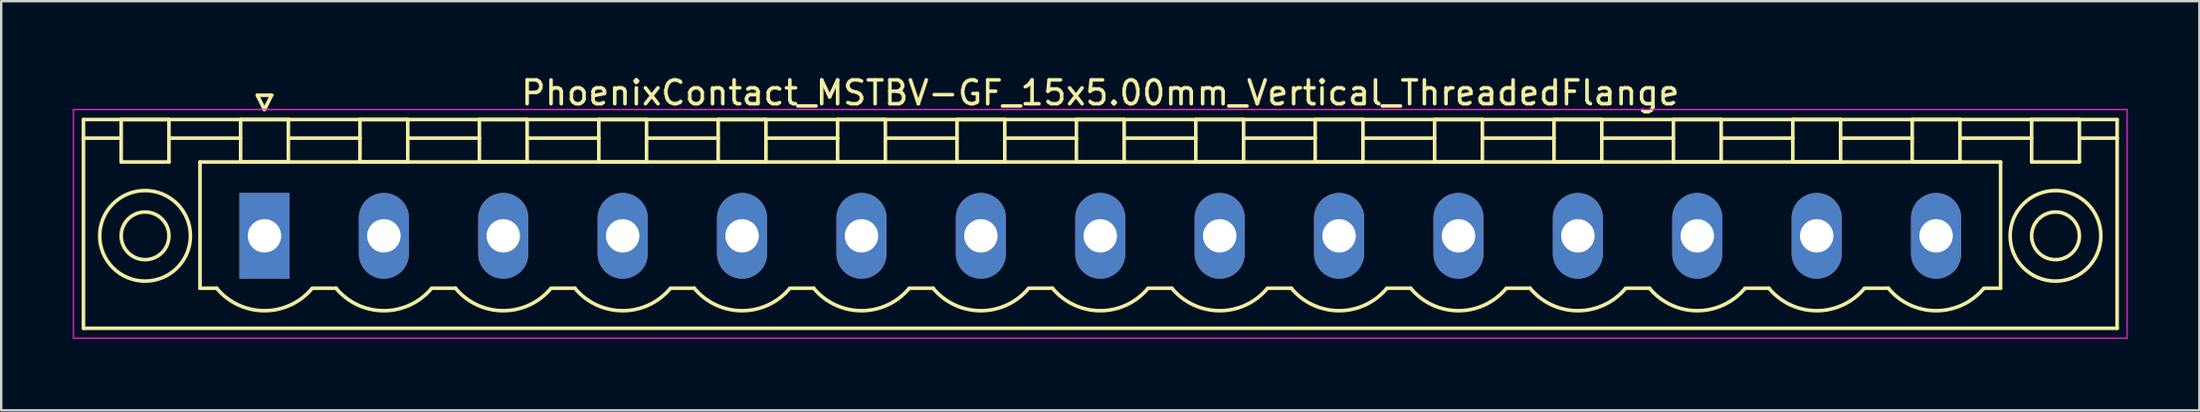
<source format=kicad_pcb>
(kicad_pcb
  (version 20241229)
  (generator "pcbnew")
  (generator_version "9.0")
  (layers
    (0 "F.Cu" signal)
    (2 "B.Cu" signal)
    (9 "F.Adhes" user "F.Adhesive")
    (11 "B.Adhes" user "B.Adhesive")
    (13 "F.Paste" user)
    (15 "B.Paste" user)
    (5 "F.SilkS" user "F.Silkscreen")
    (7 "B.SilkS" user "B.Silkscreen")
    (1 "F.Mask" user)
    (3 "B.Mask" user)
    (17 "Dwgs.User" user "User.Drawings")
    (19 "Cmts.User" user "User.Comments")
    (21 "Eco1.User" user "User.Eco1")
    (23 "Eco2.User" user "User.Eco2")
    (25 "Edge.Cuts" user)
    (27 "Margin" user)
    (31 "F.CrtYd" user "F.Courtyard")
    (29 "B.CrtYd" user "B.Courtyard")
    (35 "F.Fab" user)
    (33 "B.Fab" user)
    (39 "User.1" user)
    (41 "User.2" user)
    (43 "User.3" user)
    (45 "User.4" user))
  (footprint "PhoenixContact_MSTBV-GF_15x5.00mm_Vertical_ThreadedFlange"
    (layer "F.Cu")
    (at 8.025 6.848)
    (property "Reference" "PhoenixContact_MSTBV-GF_15x5.00mm_Vertical_ThreadedFlange" (at 35 -6 0) (layer "F.SilkS") (effects (font (size 1 1) (thickness 0.15))))
    (attr through_hole)
    (fp_line (start -7.58 -4.88) (end -7.58 3.88) (stroke (width 0.15) (type solid)) (layer "F.SilkS"))
    (fp_line (start -7.58 -4.1) (end -6.08 -4.1) (stroke (width 0.15) (type solid)) (layer "F.SilkS"))
    (fp_line (start -7.58 3.88) (end 77.58 3.88) (stroke (width 0.15) (type solid)) (layer "F.SilkS"))
    (fp_line (start -6 -4.88) (end -4 -4.88) (stroke (width 0.15) (type solid)) (layer "F.SilkS"))
    (fp_line (start -6 -3.1) (end -6 -4.88) (stroke (width 0.15) (type solid)) (layer "F.SilkS"))
    (fp_line (start -4 -4.88) (end -4 -3.1) (stroke (width 0.15) (type solid)) (layer "F.SilkS"))
    (fp_line (start -4 -4.1) (end -1 -4.1) (stroke (width 0.15) (type solid)) (layer "F.SilkS"))
    (fp_line (start -4 -3.1) (end -6 -3.1) (stroke (width 0.15) (type solid)) (layer "F.SilkS"))
    (fp_line (start -2.7 -3.1) (end 72.7 -3.1) (stroke (width 0.15) (type solid)) (layer "F.SilkS"))
    (fp_line (start -2.7 2.2) (end -2.7 -3.1) (stroke (width 0.15) (type solid)) (layer "F.SilkS"))
    (fp_line (start -2 2.2) (end -2.7 2.2) (stroke (width 0.15) (type solid)) (layer "F.SilkS"))
    (fp_line (start -1 -4.88) (end 1 -4.88) (stroke (width 0.15) (type solid)) (layer "F.SilkS"))
    (fp_line (start -1 -3.1) (end -1 -4.88) (stroke (width 0.15) (type solid)) (layer "F.SilkS"))
    (fp_line (start -0.3 -5.9) (end 0 -5.3) (stroke (width 0.15) (type solid)) (layer "F.SilkS"))
    (fp_line (start 0 -5.3) (end 0.3 -5.9) (stroke (width 0.15) (type solid)) (layer "F.SilkS"))
    (fp_line (start 0.3 -5.9) (end -0.3 -5.9) (stroke (width 0.15) (type solid)) (layer "F.SilkS"))
    (fp_line (start 1 -4.88) (end 1 -3.1) (stroke (width 0.15) (type solid)) (layer "F.SilkS"))
    (fp_line (start 1 -4.1) (end 4 -4.1) (stroke (width 0.15) (type solid)) (layer "F.SilkS"))
    (fp_line (start 1 -3.1) (end -1 -3.1) (stroke (width 0.15) (type solid)) (layer "F.SilkS"))
    (fp_line (start 2 2.2) (end 3 2.2) (stroke (width 0.15) (type solid)) (layer "F.SilkS"))
    (fp_line (start 4 -4.88) (end 6 -4.88) (stroke (width 0.15) (type solid)) (layer "F.SilkS"))
    (fp_line (start 4 -3.1) (end 4 -4.88) (stroke (width 0.15) (type solid)) (layer "F.SilkS"))
    (fp_line (start 6 -4.88) (end 6 -3.1) (stroke (width 0.15) (type solid)) (layer "F.SilkS"))
    (fp_line (start 6 -4.1) (end 9 -4.1) (stroke (width 0.15) (type solid)) (layer "F.SilkS"))
    (fp_line (start 6 -3.1) (end 4 -3.1) (stroke (width 0.15) (type solid)) (layer "F.SilkS"))
    (fp_line (start 7 2.2) (end 8 2.2) (stroke (width 0.15) (type solid)) (layer "F.SilkS"))
    (fp_line (start 9 -4.88) (end 11 -4.88) (stroke (width 0.15) (type solid)) (layer "F.SilkS"))
    (fp_line (start 9 -3.1) (end 9 -4.88) (stroke (width 0.15) (type solid)) (layer "F.SilkS"))
    (fp_line (start 11 -4.88) (end 11 -3.1) (stroke (width 0.15) (type solid)) (layer "F.SilkS"))
    (fp_line (start 11 -4.1) (end 14 -4.1) (stroke (width 0.15) (type solid)) (layer "F.SilkS"))
    (fp_line (start 11 -3.1) (end 9 -3.1) (stroke (width 0.15) (type solid)) (layer "F.SilkS"))
    (fp_line (start 12 2.2) (end 13 2.2) (stroke (width 0.15) (type solid)) (layer "F.SilkS"))
    (fp_line (start 14 -4.88) (end 16 -4.88) (stroke (width 0.15) (type solid)) (layer "F.SilkS"))
    (fp_line (start 14 -3.1) (end 14 -4.88) (stroke (width 0.15) (type solid)) (layer "F.SilkS"))
    (fp_line (start 16 -4.88) (end 16 -3.1) (stroke (width 0.15) (type solid)) (layer "F.SilkS"))
    (fp_line (start 16 -4.1) (end 19 -4.1) (stroke (width 0.15) (type solid)) (layer "F.SilkS"))
    (fp_line (start 16 -3.1) (end 14 -3.1) (stroke (width 0.15) (type solid)) (layer "F.SilkS"))
    (fp_line (start 17 2.2) (end 18 2.2) (stroke (width 0.15) (type solid)) (layer "F.SilkS"))
    (fp_line (start 19 -4.88) (end 21 -4.88) (stroke (width 0.15) (type solid)) (layer "F.SilkS"))
    (fp_line (start 19 -3.1) (end 19 -4.88) (stroke (width 0.15) (type solid)) (layer "F.SilkS"))
    (fp_line (start 21 -4.88) (end 21 -3.1) (stroke (width 0.15) (type solid)) (layer "F.SilkS"))
    (fp_line (start 21 -4.1) (end 24 -4.1) (stroke (width 0.15) (type solid)) (layer "F.SilkS"))
    (fp_line (start 21 -3.1) (end 19 -3.1) (stroke (width 0.15) (type solid)) (layer "F.SilkS"))
    (fp_line (start 22 2.2) (end 23 2.2) (stroke (width 0.15) (type solid)) (layer "F.SilkS"))
    (fp_line (start 24 -4.88) (end 26 -4.88) (stroke (width 0.15) (type solid)) (layer "F.SilkS"))
    (fp_line (start 24 -3.1) (end 24 -4.88) (stroke (width 0.15) (type solid)) (layer "F.SilkS"))
    (fp_line (start 26 -4.88) (end 26 -3.1) (stroke (width 0.15) (type solid)) (layer "F.SilkS"))
    (fp_line (start 26 -4.1) (end 29 -4.1) (stroke (width 0.15) (type solid)) (layer "F.SilkS"))
    (fp_line (start 26 -3.1) (end 24 -3.1) (stroke (width 0.15) (type solid)) (layer "F.SilkS"))
    (fp_line (start 27 2.2) (end 28 2.2) (stroke (width 0.15) (type solid)) (layer "F.SilkS"))
    (fp_line (start 29 -4.88) (end 31 -4.88) (stroke (width 0.15) (type solid)) (layer "F.SilkS"))
    (fp_line (start 29 -3.1) (end 29 -4.88) (stroke (width 0.15) (type solid)) (layer "F.SilkS"))
    (fp_line (start 31 -4.88) (end 31 -3.1) (stroke (width 0.15) (type solid)) (layer "F.SilkS"))
    (fp_line (start 31 -4.1) (end 34 -4.1) (stroke (width 0.15) (type solid)) (layer "F.SilkS"))
    (fp_line (start 31 -3.1) (end 29 -3.1) (stroke (width 0.15) (type solid)) (layer "F.SilkS"))
    (fp_line (start 32 2.2) (end 33 2.2) (stroke (width 0.15) (type solid)) (layer "F.SilkS"))
    (fp_line (start 34 -4.88) (end 36 -4.88) (stroke (width 0.15) (type solid)) (layer "F.SilkS"))
    (fp_line (start 34 -3.1) (end 34 -4.88) (stroke (width 0.15) (type solid)) (layer "F.SilkS"))
    (fp_line (start 36 -4.88) (end 36 -3.1) (stroke (width 0.15) (type solid)) (layer "F.SilkS"))
    (fp_line (start 36 -4.1) (end 39 -4.1) (stroke (width 0.15) (type solid)) (layer "F.SilkS"))
    (fp_line (start 36 -3.1) (end 34 -3.1) (stroke (width 0.15) (type solid)) (layer "F.SilkS"))
    (fp_line (start 37 2.2) (end 38 2.2) (stroke (width 0.15) (type solid)) (layer "F.SilkS"))
    (fp_line (start 39 -4.88) (end 41 -4.88) (stroke (width 0.15) (type solid)) (layer "F.SilkS"))
    (fp_line (start 39 -3.1) (end 39 -4.88) (stroke (width 0.15) (type solid)) (layer "F.SilkS"))
    (fp_line (start 41 -4.88) (end 41 -3.1) (stroke (width 0.15) (type solid)) (layer "F.SilkS"))
    (fp_line (start 41 -4.1) (end 44 -4.1) (stroke (width 0.15) (type solid)) (layer "F.SilkS"))
    (fp_line (start 41 -3.1) (end 39 -3.1) (stroke (width 0.15) (type solid)) (layer "F.SilkS"))
    (fp_line (start 42 2.2) (end 43 2.2) (stroke (width 0.15) (type solid)) (layer "F.SilkS"))
    (fp_line (start 44 -4.88) (end 46 -4.88) (stroke (width 0.15) (type solid)) (layer "F.SilkS"))
    (fp_line (start 44 -3.1) (end 44 -4.88) (stroke (width 0.15) (type solid)) (layer "F.SilkS"))
    (fp_line (start 46 -4.88) (end 46 -3.1) (stroke (width 0.15) (type solid)) (layer "F.SilkS"))
    (fp_line (start 46 -4.1) (end 49 -4.1) (stroke (width 0.15) (type solid)) (layer "F.SilkS"))
    (fp_line (start 46 -3.1) (end 44 -3.1) (stroke (width 0.15) (type solid)) (layer "F.SilkS"))
    (fp_line (start 47 2.2) (end 48 2.2) (stroke (width 0.15) (type solid)) (layer "F.SilkS"))
    (fp_line (start 49 -4.88) (end 51 -4.88) (stroke (width 0.15) (type solid)) (layer "F.SilkS"))
    (fp_line (start 49 -3.1) (end 49 -4.88) (stroke (width 0.15) (type solid)) (layer "F.SilkS"))
    (fp_line (start 51 -4.88) (end 51 -3.1) (stroke (width 0.15) (type solid)) (layer "F.SilkS"))
    (fp_line (start 51 -4.1) (end 54 -4.1) (stroke (width 0.15) (type solid)) (layer "F.SilkS"))
    (fp_line (start 51 -3.1) (end 49 -3.1) (stroke (width 0.15) (type solid)) (layer "F.SilkS"))
    (fp_line (start 52 2.2) (end 53 2.2) (stroke (width 0.15) (type solid)) (layer "F.SilkS"))
    (fp_line (start 54 -4.88) (end 56 -4.88) (stroke (width 0.15) (type solid)) (layer "F.SilkS"))
    (fp_line (start 54 -3.1) (end 54 -4.88) (stroke (width 0.15) (type solid)) (layer "F.SilkS"))
    (fp_line (start 56 -4.88) (end 56 -3.1) (stroke (width 0.15) (type solid)) (layer "F.SilkS"))
    (fp_line (start 56 -4.1) (end 59 -4.1) (stroke (width 0.15) (type solid)) (layer "F.SilkS"))
    (fp_line (start 56 -3.1) (end 54 -3.1) (stroke (width 0.15) (type solid)) (layer "F.SilkS"))
    (fp_line (start 57 2.2) (end 58 2.2) (stroke (width 0.15) (type solid)) (layer "F.SilkS"))
    (fp_line (start 59 -4.88) (end 61 -4.88) (stroke (width 0.15) (type solid)) (layer "F.SilkS"))
    (fp_line (start 59 -3.1) (end 59 -4.88) (stroke (width 0.15) (type solid)) (layer "F.SilkS"))
    (fp_line (start 61 -4.88) (end 61 -3.1) (stroke (width 0.15) (type solid)) (layer "F.SilkS"))
    (fp_line (start 61 -4.1) (end 64 -4.1) (stroke (width 0.15) (type solid)) (layer "F.SilkS"))
    (fp_line (start 61 -3.1) (end 59 -3.1) (stroke (width 0.15) (type solid)) (layer "F.SilkS"))
    (fp_line (start 62 2.2) (end 63 2.2) (stroke (width 0.15) (type solid)) (layer "F.SilkS"))
    (fp_line (start 64 -4.88) (end 66 -4.88) (stroke (width 0.15) (type solid)) (layer "F.SilkS"))
    (fp_line (start 64 -3.1) (end 64 -4.88) (stroke (width 0.15) (type solid)) (layer "F.SilkS"))
    (fp_line (start 66 -4.88) (end 66 -3.1) (stroke (width 0.15) (type solid)) (layer "F.SilkS"))
    (fp_line (start 66 -4.1) (end 69 -4.1) (stroke (width 0.15) (type solid)) (layer "F.SilkS"))
    (fp_line (start 66 -3.1) (end 64 -3.1) (stroke (width 0.15) (type solid)) (layer "F.SilkS"))
    (fp_line (start 67 2.2) (end 68 2.2) (stroke (width 0.15) (type solid)) (layer "F.SilkS"))
    (fp_line (start 69 -4.88) (end 71 -4.88) (stroke (width 0.15) (type solid)) (layer "F.SilkS"))
    (fp_line (start 69 -3.1) (end 69 -4.88) (stroke (width 0.15) (type solid)) (layer "F.SilkS"))
    (fp_line (start 71 -4.88) (end 71 -3.1) (stroke (width 0.15) (type solid)) (layer "F.SilkS"))
    (fp_line (start 71 -4.1) (end 74 -4.1) (stroke (width 0.15) (type solid)) (layer "F.SilkS"))
    (fp_line (start 71 -3.1) (end 69 -3.1) (stroke (width 0.15) (type solid)) (layer "F.SilkS"))
    (fp_line (start 72.7 -3.1) (end 72.7 2.2) (stroke (width 0.15) (type solid)) (layer "F.SilkS"))
    (fp_line (start 72.7 2.2) (end 72 2.2) (stroke (width 0.15) (type solid)) (layer "F.SilkS"))
    (fp_line (start 74 -4.88) (end 76 -4.88) (stroke (width 0.15) (type solid)) (layer "F.SilkS"))
    (fp_line (start 74 -3.1) (end 74 -4.88) (stroke (width 0.15) (type solid)) (layer "F.SilkS"))
    (fp_line (start 76 -4.88) (end 76 -3.1) (stroke (width 0.15) (type solid)) (layer "F.SilkS"))
    (fp_line (start 76 -3.1) (end 74 -3.1) (stroke (width 0.15) (type solid)) (layer "F.SilkS"))
    (fp_line (start 77.58 -4.88) (end -7.58 -4.88) (stroke (width 0.15) (type solid)) (layer "F.SilkS"))
    (fp_line (start 77.58 -4.1) (end 76.08 -4.1) (stroke (width 0.15) (type solid)) (layer "F.SilkS"))
    (fp_line (start 77.58 3.88) (end 77.58 -4.88) (stroke (width 0.15) (type solid)) (layer "F.SilkS"))
    (fp_arc (start 1.986842 2.215821) (mid -0.010289 3.142758) (end -2 2.2) (stroke (width 0.15) (type solid)) (layer "F.SilkS"))
    (fp_arc (start 6.986842 2.215821) (mid 4.989711 3.142758) (end 3 2.2) (stroke (width 0.15) (type solid)) (layer "F.SilkS"))
    (fp_arc (start 11.986842 2.215821) (mid 9.989711 3.142758) (end 8 2.2) (stroke (width 0.15) (type solid)) (layer "F.SilkS"))
    (fp_arc (start 16.986842 2.215821) (mid 14.989711 3.142758) (end 13 2.2) (stroke (width 0.15) (type solid)) (layer "F.SilkS"))
    (fp_arc (start 21.986842 2.215821) (mid 19.989711 3.142758) (end 18 2.2) (stroke (width 0.15) (type solid)) (layer "F.SilkS"))
    (fp_arc (start 26.986842 2.215821) (mid 24.989711 3.142758) (end 23 2.2) (stroke (width 0.15) (type solid)) (layer "F.SilkS"))
    (fp_arc (start 31.986842 2.215821) (mid 29.989711 3.142758) (end 28 2.2) (stroke (width 0.15) (type solid)) (layer "F.SilkS"))
    (fp_arc (start 36.986842 2.215821) (mid 34.989711 3.142758) (end 33 2.2) (stroke (width 0.15) (type solid)) (layer "F.SilkS"))
    (fp_arc (start 41.986842 2.215821) (mid 39.989711 3.142758) (end 38 2.2) (stroke (width 0.15) (type solid)) (layer "F.SilkS"))
    (fp_arc (start 46.986842 2.215821) (mid 44.989711 3.142758) (end 43 2.2) (stroke (width 0.15) (type solid)) (layer "F.SilkS"))
    (fp_arc (start 51.986842 2.215821) (mid 49.989711 3.142758) (end 48 2.2) (stroke (width 0.15) (type solid)) (layer "F.SilkS"))
    (fp_arc (start 56.986842 2.215821) (mid 54.989711 3.142758) (end 53 2.2) (stroke (width 0.15) (type solid)) (layer "F.SilkS"))
    (fp_arc (start 61.986842 2.215821) (mid 59.989711 3.142758) (end 58 2.2) (stroke (width 0.15) (type solid)) (layer "F.SilkS"))
    (fp_arc (start 66.986842 2.215821) (mid 64.989711 3.142758) (end 63 2.2) (stroke (width 0.15) (type solid)) (layer "F.SilkS"))
    (fp_arc (start 71.986842 2.215821) (mid 69.989711 3.142758) (end 68 2.2) (stroke (width 0.15) (type solid)) (layer "F.SilkS"))
    (fp_circle (center -5 0) (end -4 0) (stroke (width 0.15) (type solid)) (fill no) (layer "F.SilkS"))
    (fp_circle (center -5 0) (end -3.1 0) (stroke (width 0.15) (type solid)) (fill no) (layer "F.SilkS"))
    (fp_circle (center 75 0) (end 76 0) (stroke (width 0.15) (type solid)) (fill no) (layer "F.SilkS"))
    (fp_circle (center 75 0) (end 76.9 0) (stroke (width 0.15) (type solid)) (fill no) (layer "F.SilkS"))
    (fp_line (start -8 -5.3) (end -8 4.3) (stroke (width 0.05) (type solid)) (layer "F.CrtYd"))
    (fp_line (start -8 4.3) (end 78 4.3) (stroke (width 0.05) (type solid)) (layer "F.CrtYd"))
    (fp_line (start 78 -5.3) (end -8 -5.3) (stroke (width 0.05) (type solid)) (layer "F.CrtYd"))
    (fp_line (start 78 4.3) (end 78 -5.3) (stroke (width 0.05) (type solid)) (layer "F.CrtYd"))
    (pad "1" thru_hole rect (at 0 0) (size 2.1 3.6) (drill 1.4) (layers "*.Cu" "*.Mask"))
    (pad "2" thru_hole oval (at 5 0) (size 2.1 3.6) (drill 1.4) (layers "*.Cu" "*.Mask"))
    (pad "3" thru_hole oval (at 10 0) (size 2.1 3.6) (drill 1.4) (layers "*.Cu" "*.Mask"))
    (pad "4" thru_hole oval (at 15 0) (size 2.1 3.6) (drill 1.4) (layers "*.Cu" "*.Mask"))
    (pad "5" thru_hole oval (at 20 0) (size 2.1 3.6) (drill 1.4) (layers "*.Cu" "*.Mask"))
    (pad "6" thru_hole oval (at 25 0) (size 2.1 3.6) (drill 1.4) (layers "*.Cu" "*.Mask"))
    (pad "7" thru_hole oval (at 30 0) (size 2.1 3.6) (drill 1.4) (layers "*.Cu" "*.Mask"))
    (pad "8" thru_hole oval (at 35 0) (size 2.1 3.6) (drill 1.4) (layers "*.Cu" "*.Mask"))
    (pad "9" thru_hole oval (at 40 0) (size 2.1 3.6) (drill 1.4) (layers "*.Cu" "*.Mask"))
    (pad "10" thru_hole oval (at 45 0) (size 2.1 3.6) (drill 1.4) (layers "*.Cu" "*.Mask"))
    (pad "11" thru_hole oval (at 50 0) (size 2.1 3.6) (drill 1.4) (layers "*.Cu" "*.Mask"))
    (pad "12" thru_hole oval (at 55 0) (size 2.1 3.6) (drill 1.4) (layers "*.Cu" "*.Mask"))
    (pad "13" thru_hole oval (at 60 0) (size 2.1 3.6) (drill 1.4) (layers "*.Cu" "*.Mask"))
    (pad "14" thru_hole oval (at 65 0) (size 2.1 3.6) (drill 1.4) (layers "*.Cu" "*.Mask"))
    (pad "15" thru_hole oval (at 70 0) (size 2.1 3.6) (drill 1.4) (layers "*.Cu" "*.Mask")))
  (gr_rect
    (start -3 -3)
    (end 89.05 14.173)
    (stroke (width 0.1) (type default))
    (fill no)
    (layer "Edge.Cuts")))
</source>
